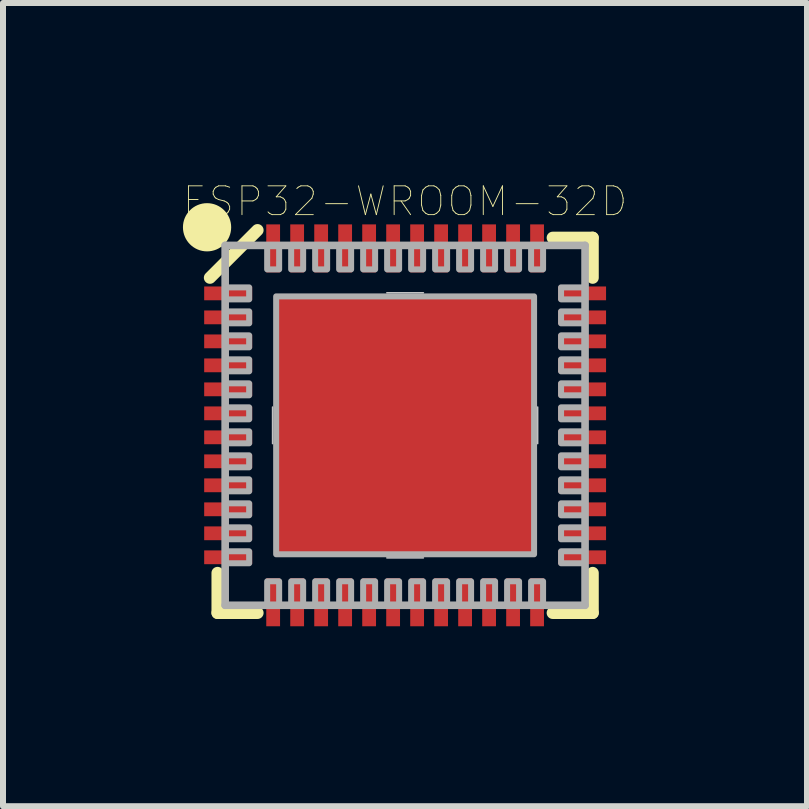
<source format=kicad_pcb>
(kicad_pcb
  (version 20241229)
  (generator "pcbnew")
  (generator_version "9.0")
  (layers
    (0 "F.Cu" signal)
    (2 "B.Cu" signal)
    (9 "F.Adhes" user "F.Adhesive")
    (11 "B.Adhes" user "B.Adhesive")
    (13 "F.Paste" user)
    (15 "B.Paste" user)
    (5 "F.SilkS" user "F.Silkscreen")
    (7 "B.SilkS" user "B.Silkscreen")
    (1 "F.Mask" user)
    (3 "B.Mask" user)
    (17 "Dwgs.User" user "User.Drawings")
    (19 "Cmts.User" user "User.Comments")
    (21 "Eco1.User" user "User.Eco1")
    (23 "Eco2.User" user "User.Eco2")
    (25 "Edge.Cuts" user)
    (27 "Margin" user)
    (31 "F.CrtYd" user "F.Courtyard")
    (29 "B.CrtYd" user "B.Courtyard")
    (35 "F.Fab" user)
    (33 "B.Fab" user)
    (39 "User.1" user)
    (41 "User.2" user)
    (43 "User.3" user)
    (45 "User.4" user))
  (footprint "ESP32-WROOM-32D"
    (layer "F.Cu")
    (at 3.704 4.041)
    (property "Reference" "ESP32-WROOM-32D" (at 0 -3.734 0) (layer "F.SilkS") (effects (font (size 0.48 0.48) (thickness 0.015))))
    (attr through_hole)
    (fp_line (start -3.127 2.461) (end -3.127 3.127) (stroke (width 0.203) (type solid)) (layer "F.SilkS"))
    (fp_line (start -3.127 3.127) (end -2.461 3.127) (stroke (width 0.203) (type solid)) (layer "F.SilkS"))
    (fp_line (start -2.461 -3.254) (end -3.254 -2.461) (stroke (width 0.203) (type solid)) (layer "F.SilkS"))
    (fp_line (start 2.461 3.127) (end 3.127 3.127) (stroke (width 0.203) (type solid)) (layer "F.SilkS"))
    (fp_line (start 3.127 -3.127) (end 2.461 -3.127) (stroke (width 0.203) (type solid)) (layer "F.SilkS"))
    (fp_line (start 3.127 -2.461) (end 3.127 -3.127) (stroke (width 0.203) (type solid)) (layer "F.SilkS"))
    (fp_line (start 3.127 3.127) (end 3.127 2.461) (stroke (width 0.203) (type solid)) (layer "F.SilkS"))
    (fp_circle (center -3.302 -3.302) (end -2.9 -3.302) (stroke (width 0) (type solid)) (fill yes) (layer "F.SilkS"))
    (fp_poly (pts (xy -1.835 -1.835) (xy -0.315 -1.835) (xy -0.315 -0.315) (xy -1.835 -0.315)) (stroke (width 0.01) (type solid)) (fill yes) (layer "F.Paste"))
    (fp_poly (pts (xy -1.835 0.315) (xy -0.315 0.315) (xy -0.315 1.835) (xy -1.835 1.835)) (stroke (width 0.01) (type solid)) (fill yes) (layer "F.Paste"))
    (fp_poly (pts (xy 0.315 -1.835) (xy 1.835 -1.835) (xy 1.835 -0.315) (xy 0.315 -0.315)) (stroke (width 0.01) (type solid)) (fill yes) (layer "F.Paste"))
    (fp_poly (pts (xy 0.315 0.315) (xy 1.835 0.315) (xy 1.835 1.835) (xy 0.315 1.835)) (stroke (width 0.01) (type solid)) (fill yes) (layer "F.Paste"))
    (fp_line (start -2.21 0.305) (end -2.21 -0.305) (stroke (width 0.025) (type solid)) (layer "Dwgs.User"))
    (fp_line (start -0.305 -2.21) (end 0.305 -2.21) (stroke (width 0.025) (type solid)) (layer "Dwgs.User"))
    (fp_line (start 0.305 2.21) (end -0.305 2.21) (stroke (width 0.025) (type solid)) (layer "Dwgs.User"))
    (fp_line (start 2.21 -0.305) (end 2.21 0.305) (stroke (width 0.025) (type solid)) (layer "Dwgs.User"))
    (fp_line (start -3 -3) (end -3 3) (stroke (width 0.127) (type solid)) (layer "F.Fab"))
    (fp_line (start -3 3) (end 3 3) (stroke (width 0.127) (type solid)) (layer "F.Fab"))
    (fp_line (start 3 -3) (end -3 -3) (stroke (width 0.127) (type solid)) (layer "F.Fab"))
    (fp_line (start 3 3) (end 3 -3) (stroke (width 0.127) (type solid)) (layer "F.Fab"))
    (fp_poly (pts (xy -3 -2.1) (xy -2.6 -2.1) (xy -2.6 -2.3) (xy -3 -2.3)) (stroke (width 0.1) (type solid)) (fill no) (layer "F.Fab"))
    (fp_poly (pts (xy -3 -1.7) (xy -2.6 -1.7) (xy -2.6 -1.9) (xy -3 -1.9)) (stroke (width 0.1) (type solid)) (fill no) (layer "F.Fab"))
    (fp_poly (pts (xy -3 -1.3) (xy -2.6 -1.3) (xy -2.6 -1.5) (xy -3 -1.5)) (stroke (width 0.1) (type solid)) (fill no) (layer "F.Fab"))
    (fp_poly (pts (xy -3 -0.9) (xy -2.6 -0.9) (xy -2.6 -1.1) (xy -3 -1.1)) (stroke (width 0.1) (type solid)) (fill no) (layer "F.Fab"))
    (fp_poly (pts (xy -3 -0.5) (xy -2.6 -0.5) (xy -2.6 -0.7) (xy -3 -0.7)) (stroke (width 0.1) (type solid)) (fill no) (layer "F.Fab"))
    (fp_poly (pts (xy -3 -0.1) (xy -2.6 -0.1) (xy -2.6 -0.3) (xy -3 -0.3)) (stroke (width 0.1) (type solid)) (fill no) (layer "F.Fab"))
    (fp_poly (pts (xy -3 0.3) (xy -2.6 0.3) (xy -2.6 0.1) (xy -3 0.1)) (stroke (width 0.1) (type solid)) (fill no) (layer "F.Fab"))
    (fp_poly (pts (xy -3 0.7) (xy -2.6 0.7) (xy -2.6 0.5) (xy -3 0.5)) (stroke (width 0.1) (type solid)) (fill no) (layer "F.Fab"))
    (fp_poly (pts (xy -3 1.1) (xy -2.6 1.1) (xy -2.6 0.9) (xy -3 0.9)) (stroke (width 0.1) (type solid)) (fill no) (layer "F.Fab"))
    (fp_poly (pts (xy -3 1.5) (xy -2.6 1.5) (xy -2.6 1.3) (xy -3 1.3)) (stroke (width 0.1) (type solid)) (fill no) (layer "F.Fab"))
    (fp_poly (pts (xy -3 1.9) (xy -2.6 1.9) (xy -2.6 1.7) (xy -3 1.7)) (stroke (width 0.1) (type solid)) (fill no) (layer "F.Fab"))
    (fp_poly (pts (xy -3 2.3) (xy -2.6 2.3) (xy -2.6 2.1) (xy -3 2.1)) (stroke (width 0.1) (type solid)) (fill no) (layer "F.Fab"))
    (fp_poly (pts (xy -2.3 -3) (xy -2.3 -2.6) (xy -2.1 -2.6) (xy -2.1 -3)) (stroke (width 0.1) (type solid)) (fill no) (layer "F.Fab"))
    (fp_poly (pts (xy -2.1 3) (xy -2.1 2.6) (xy -2.3 2.6) (xy -2.3 3)) (stroke (width 0.1) (type solid)) (fill no) (layer "F.Fab"))
    (fp_poly (pts (xy -1.9 -3) (xy -1.9 -2.6) (xy -1.7 -2.6) (xy -1.7 -3)) (stroke (width 0.1) (type solid)) (fill no) (layer "F.Fab"))
    (fp_poly (pts (xy -1.7 3) (xy -1.7 2.6) (xy -1.9 2.6) (xy -1.9 3)) (stroke (width 0.1) (type solid)) (fill no) (layer "F.Fab"))
    (fp_poly (pts (xy -1.5 -3) (xy -1.5 -2.6) (xy -1.3 -2.6) (xy -1.3 -3)) (stroke (width 0.1) (type solid)) (fill no) (layer "F.Fab"))
    (fp_poly (pts (xy -1.3 3) (xy -1.3 2.6) (xy -1.5 2.6) (xy -1.5 3)) (stroke (width 0.1) (type solid)) (fill no) (layer "F.Fab"))
    (fp_poly (pts (xy -1.1 -3) (xy -1.1 -2.6) (xy -0.9 -2.6) (xy -0.9 -3)) (stroke (width 0.1) (type solid)) (fill no) (layer "F.Fab"))
    (fp_poly (pts (xy -0.9 3) (xy -0.9 2.6) (xy -1.1 2.6) (xy -1.1 3)) (stroke (width 0.1) (type solid)) (fill no) (layer "F.Fab"))
    (fp_poly (pts (xy -0.7 -3) (xy -0.7 -2.6) (xy -0.5 -2.6) (xy -0.5 -3)) (stroke (width 0.1) (type solid)) (fill no) (layer "F.Fab"))
    (fp_poly (pts (xy -0.5 3) (xy -0.5 2.6) (xy -0.7 2.6) (xy -0.7 3)) (stroke (width 0.1) (type solid)) (fill no) (layer "F.Fab"))
    (fp_poly (pts (xy -0.3 -3) (xy -0.3 -2.6) (xy -0.1 -2.6) (xy -0.1 -3)) (stroke (width 0.1) (type solid)) (fill no) (layer "F.Fab"))
    (fp_poly (pts (xy -0.1 3) (xy -0.1 2.6) (xy -0.3 2.6) (xy -0.3 3)) (stroke (width 0.1) (type solid)) (fill no) (layer "F.Fab"))
    (fp_poly (pts (xy 0.1 -3) (xy 0.1 -2.6) (xy 0.3 -2.6) (xy 0.3 -3)) (stroke (width 0.1) (type solid)) (fill no) (layer "F.Fab"))
    (fp_poly (pts (xy 0.3 3) (xy 0.3 2.6) (xy 0.1 2.6) (xy 0.1 3)) (stroke (width 0.1) (type solid)) (fill no) (layer "F.Fab"))
    (fp_poly (pts (xy 0.5 -3) (xy 0.5 -2.6) (xy 0.7 -2.6) (xy 0.7 -3)) (stroke (width 0.1) (type solid)) (fill no) (layer "F.Fab"))
    (fp_poly (pts (xy 0.7 3) (xy 0.7 2.6) (xy 0.5 2.6) (xy 0.5 3)) (stroke (width 0.1) (type solid)) (fill no) (layer "F.Fab"))
    (fp_poly (pts (xy 0.9 -3) (xy 0.9 -2.6) (xy 1.1 -2.6) (xy 1.1 -3)) (stroke (width 0.1) (type solid)) (fill no) (layer "F.Fab"))
    (fp_poly (pts (xy 1.1 3) (xy 1.1 2.6) (xy 0.9 2.6) (xy 0.9 3)) (stroke (width 0.1) (type solid)) (fill no) (layer "F.Fab"))
    (fp_poly (pts (xy 1.3 -3) (xy 1.3 -2.6) (xy 1.5 -2.6) (xy 1.5 -3)) (stroke (width 0.1) (type solid)) (fill no) (layer "F.Fab"))
    (fp_poly (pts (xy 1.5 3) (xy 1.5 2.6) (xy 1.3 2.6) (xy 1.3 3)) (stroke (width 0.1) (type solid)) (fill no) (layer "F.Fab"))
    (fp_poly (pts (xy 1.7 -3) (xy 1.7 -2.6) (xy 1.9 -2.6) (xy 1.9 -3)) (stroke (width 0.1) (type solid)) (fill no) (layer "F.Fab"))
    (fp_poly (pts (xy 1.9 3) (xy 1.9 2.6) (xy 1.7 2.6) (xy 1.7 3)) (stroke (width 0.1) (type solid)) (fill no) (layer "F.Fab"))
    (fp_poly (pts (xy 2.1 -3) (xy 2.1 -2.6) (xy 2.3 -2.6) (xy 2.3 -3)) (stroke (width 0.1) (type solid)) (fill no) (layer "F.Fab"))
    (fp_poly (pts (xy 2.15 -2.15) (xy -2.15 -2.15) (xy -2.15 2.15) (xy 2.15 2.15)) (stroke (width 0.1) (type solid)) (fill no) (layer "F.Fab"))
    (fp_poly (pts (xy 2.3 3) (xy 2.3 2.6) (xy 2.1 2.6) (xy 2.1 3)) (stroke (width 0.1) (type solid)) (fill no) (layer "F.Fab"))
    (fp_poly (pts (xy 3 -2.3) (xy 2.6 -2.3) (xy 2.6 -2.1) (xy 3 -2.1)) (stroke (width 0.1) (type solid)) (fill no) (layer "F.Fab"))
    (fp_poly (pts (xy 3 -1.9) (xy 2.6 -1.9) (xy 2.6 -1.7) (xy 3 -1.7)) (stroke (width 0.1) (type solid)) (fill no) (layer "F.Fab"))
    (fp_poly (pts (xy 3 -1.5) (xy 2.6 -1.5) (xy 2.6 -1.3) (xy 3 -1.3)) (stroke (width 0.1) (type solid)) (fill no) (layer "F.Fab"))
    (fp_poly (pts (xy 3 -1.1) (xy 2.6 -1.1) (xy 2.6 -0.9) (xy 3 -0.9)) (stroke (width 0.1) (type solid)) (fill no) (layer "F.Fab"))
    (fp_poly (pts (xy 3 -0.7) (xy 2.6 -0.7) (xy 2.6 -0.5) (xy 3 -0.5)) (stroke (width 0.1) (type solid)) (fill no) (layer "F.Fab"))
    (fp_poly (pts (xy 3 -0.3) (xy 2.6 -0.3) (xy 2.6 -0.1) (xy 3 -0.1)) (stroke (width 0.1) (type solid)) (fill no) (layer "F.Fab"))
    (fp_poly (pts (xy 3 0.1) (xy 2.6 0.1) (xy 2.6 0.3) (xy 3 0.3)) (stroke (width 0.1) (type solid)) (fill no) (layer "F.Fab"))
    (fp_poly (pts (xy 3 0.5) (xy 2.6 0.5) (xy 2.6 0.7) (xy 3 0.7)) (stroke (width 0.1) (type solid)) (fill no) (layer "F.Fab"))
    (fp_poly (pts (xy 3 0.9) (xy 2.6 0.9) (xy 2.6 1.1) (xy 3 1.1)) (stroke (width 0.1) (type solid)) (fill no) (layer "F.Fab"))
    (fp_poly (pts (xy 3 1.3) (xy 2.6 1.3) (xy 2.6 1.5) (xy 3 1.5)) (stroke (width 0.1) (type solid)) (fill no) (layer "F.Fab"))
    (fp_poly (pts (xy 3 1.7) (xy 2.6 1.7) (xy 2.6 1.9) (xy 3 1.9)) (stroke (width 0.1) (type solid)) (fill no) (layer "F.Fab"))
    (fp_poly (pts (xy 3 2.1) (xy 2.6 2.1) (xy 2.6 2.3) (xy 3 2.3)) (stroke (width 0.1) (type solid)) (fill no) (layer "F.Fab"))
    (pad "1" smd rect (at -2.95 -2.2) (size 0.8 0.23) (layers "F.Cu" "F.Mask" "F.Paste"))
    (pad "2" smd rect (at -2.95 -1.8) (size 0.8 0.23) (layers "F.Cu" "F.Mask" "F.Paste"))
    (pad "3" smd rect (at -2.95 -1.4) (size 0.8 0.23) (layers "F.Cu" "F.Mask" "F.Paste"))
    (pad "4" smd rect (at -2.95 -1) (size 0.8 0.23) (layers "F.Cu" "F.Mask" "F.Paste"))
    (pad "5" smd rect (at -2.95 -0.6) (size 0.8 0.23) (layers "F.Cu" "F.Mask" "F.Paste"))
    (pad "6" smd rect (at -2.95 -0.2) (size 0.8 0.23) (layers "F.Cu" "F.Mask" "F.Paste"))
    (pad "7" smd rect (at -2.95 0.2) (size 0.8 0.23) (layers "F.Cu" "F.Mask" "F.Paste"))
    (pad "8" smd rect (at -2.95 0.6) (size 0.8 0.23) (layers "F.Cu" "F.Mask" "F.Paste"))
    (pad "9" smd rect (at -2.95 1) (size 0.8 0.23) (layers "F.Cu" "F.Mask" "F.Paste"))
    (pad "10" smd rect (at -2.95 1.4) (size 0.8 0.23) (layers "F.Cu" "F.Mask" "F.Paste"))
    (pad "11" smd rect (at -2.95 1.8) (size 0.8 0.23) (layers "F.Cu" "F.Mask" "F.Paste"))
    (pad "12" smd rect (at -2.95 2.2) (size 0.8 0.23) (layers "F.Cu" "F.Mask" "F.Paste"))
    (pad "13" smd rect (at -2.2 2.95) (size 0.23 0.8) (layers "F.Cu" "F.Mask" "F.Paste"))
    (pad "14" smd rect (at -1.8 2.95) (size 0.23 0.8) (layers "F.Cu" "F.Mask" "F.Paste"))
    (pad "15" smd rect (at -1.4 2.95) (size 0.23 0.8) (layers "F.Cu" "F.Mask" "F.Paste"))
    (pad "16" smd rect (at -1 2.95) (size 0.23 0.8) (layers "F.Cu" "F.Mask" "F.Paste"))
    (pad "17" smd rect (at -0.6 2.95) (size 0.23 0.8) (layers "F.Cu" "F.Mask" "F.Paste"))
    (pad "18" smd rect (at -0.2 2.95) (size 0.23 0.8) (layers "F.Cu" "F.Mask" "F.Paste"))
    (pad "19" smd rect (at 0.2 2.95) (size 0.23 0.8) (layers "F.Cu" "F.Mask" "F.Paste"))
    (pad "20" smd rect (at 0.6 2.95) (size 0.23 0.8) (layers "F.Cu" "F.Mask" "F.Paste"))
    (pad "21" smd rect (at 1 2.95) (size 0.23 0.8) (layers "F.Cu" "F.Mask" "F.Paste"))
    (pad "22" smd rect (at 1.4 2.95) (size 0.23 0.8) (layers "F.Cu" "F.Mask" "F.Paste"))
    (pad "23" smd rect (at 1.8 2.95) (size 0.23 0.8) (layers "F.Cu" "F.Mask" "F.Paste"))
    (pad "24" smd rect (at 2.2 2.95) (size 0.23 0.8) (layers "F.Cu" "F.Mask" "F.Paste"))
    (pad "25" smd rect (at 2.95 2.2) (size 0.8 0.23) (layers "F.Cu" "F.Mask" "F.Paste"))
    (pad "26" smd rect (at 2.95 1.8) (size 0.8 0.23) (layers "F.Cu" "F.Mask" "F.Paste"))
    (pad "27" smd rect (at 2.95 1.4) (size 0.8 0.23) (layers "F.Cu" "F.Mask" "F.Paste"))
    (pad "28" smd rect (at 2.95 1) (size 0.8 0.23) (layers "F.Cu" "F.Mask" "F.Paste"))
    (pad "29" smd rect (at 2.95 0.6) (size 0.8 0.23) (layers "F.Cu" "F.Mask" "F.Paste"))
    (pad "30" smd rect (at 2.95 0.2) (size 0.8 0.23) (layers "F.Cu" "F.Mask" "F.Paste"))
    (pad "31" smd rect (at 2.95 -0.2) (size 0.8 0.23) (layers "F.Cu" "F.Mask" "F.Paste"))
    (pad "32" smd rect (at 2.95 -0.6) (size 0.8 0.23) (layers "F.Cu" "F.Mask" "F.Paste"))
    (pad "33" smd rect (at 2.95 -1) (size 0.8 0.23) (layers "F.Cu" "F.Mask" "F.Paste"))
    (pad "34" smd rect (at 2.95 -1.4) (size 0.8 0.23) (layers "F.Cu" "F.Mask" "F.Paste"))
    (pad "35" smd rect (at 2.95 -1.8) (size 0.8 0.23) (layers "F.Cu" "F.Mask" "F.Paste"))
    (pad "36" smd rect (at 2.95 -2.2) (size 0.8 0.23) (layers "F.Cu" "F.Mask" "F.Paste"))
    (pad "37" smd rect (at 2.2 -2.95) (size 0.23 0.8) (layers "F.Cu" "F.Mask" "F.Paste"))
    (pad "38" smd rect (at 1.8 -2.95) (size 0.23 0.8) (layers "F.Cu" "F.Mask" "F.Paste"))
    (pad "39" smd rect (at 1.4 -2.95) (size 0.23 0.8) (layers "F.Cu" "F.Mask" "F.Paste"))
    (pad "40" smd rect (at 1 -2.95) (size 0.23 0.8) (layers "F.Cu" "F.Mask" "F.Paste"))
    (pad "41" smd rect (at 0.6 -2.95) (size 0.23 0.8) (layers "F.Cu" "F.Mask" "F.Paste"))
    (pad "42" smd rect (at 0.2 -2.95) (size 0.23 0.8) (layers "F.Cu" "F.Mask" "F.Paste"))
    (pad "43" smd rect (at -0.2 -2.95) (size 0.23 0.8) (layers "F.Cu" "F.Mask" "F.Paste"))
    (pad "44" smd rect (at -0.6 -2.95) (size 0.23 0.8) (layers "F.Cu" "F.Mask" "F.Paste"))
    (pad "45" smd rect (at -1 -2.95) (size 0.23 0.8) (layers "F.Cu" "F.Mask" "F.Paste"))
    (pad "46" smd rect (at -1.4 -2.95) (size 0.23 0.8) (layers "F.Cu" "F.Mask" "F.Paste"))
    (pad "47" smd rect (at -1.8 -2.95) (size 0.23 0.8) (layers "F.Cu" "F.Mask" "F.Paste"))
    (pad "48" smd rect (at -2.2 -2.95) (size 0.23 0.8) (layers "F.Cu" "F.Mask" "F.Paste"))
    (pad "EP" smd rect (at 0 0) (size 4.3 4.3) (layers "F.Cu" "F.Mask")))
  (gr_rect
    (start -3 -3)
    (end 10.404 10.391)
    (stroke (width 0.1) (type default))
    (fill no)
    (layer "Edge.Cuts")))
</source>
